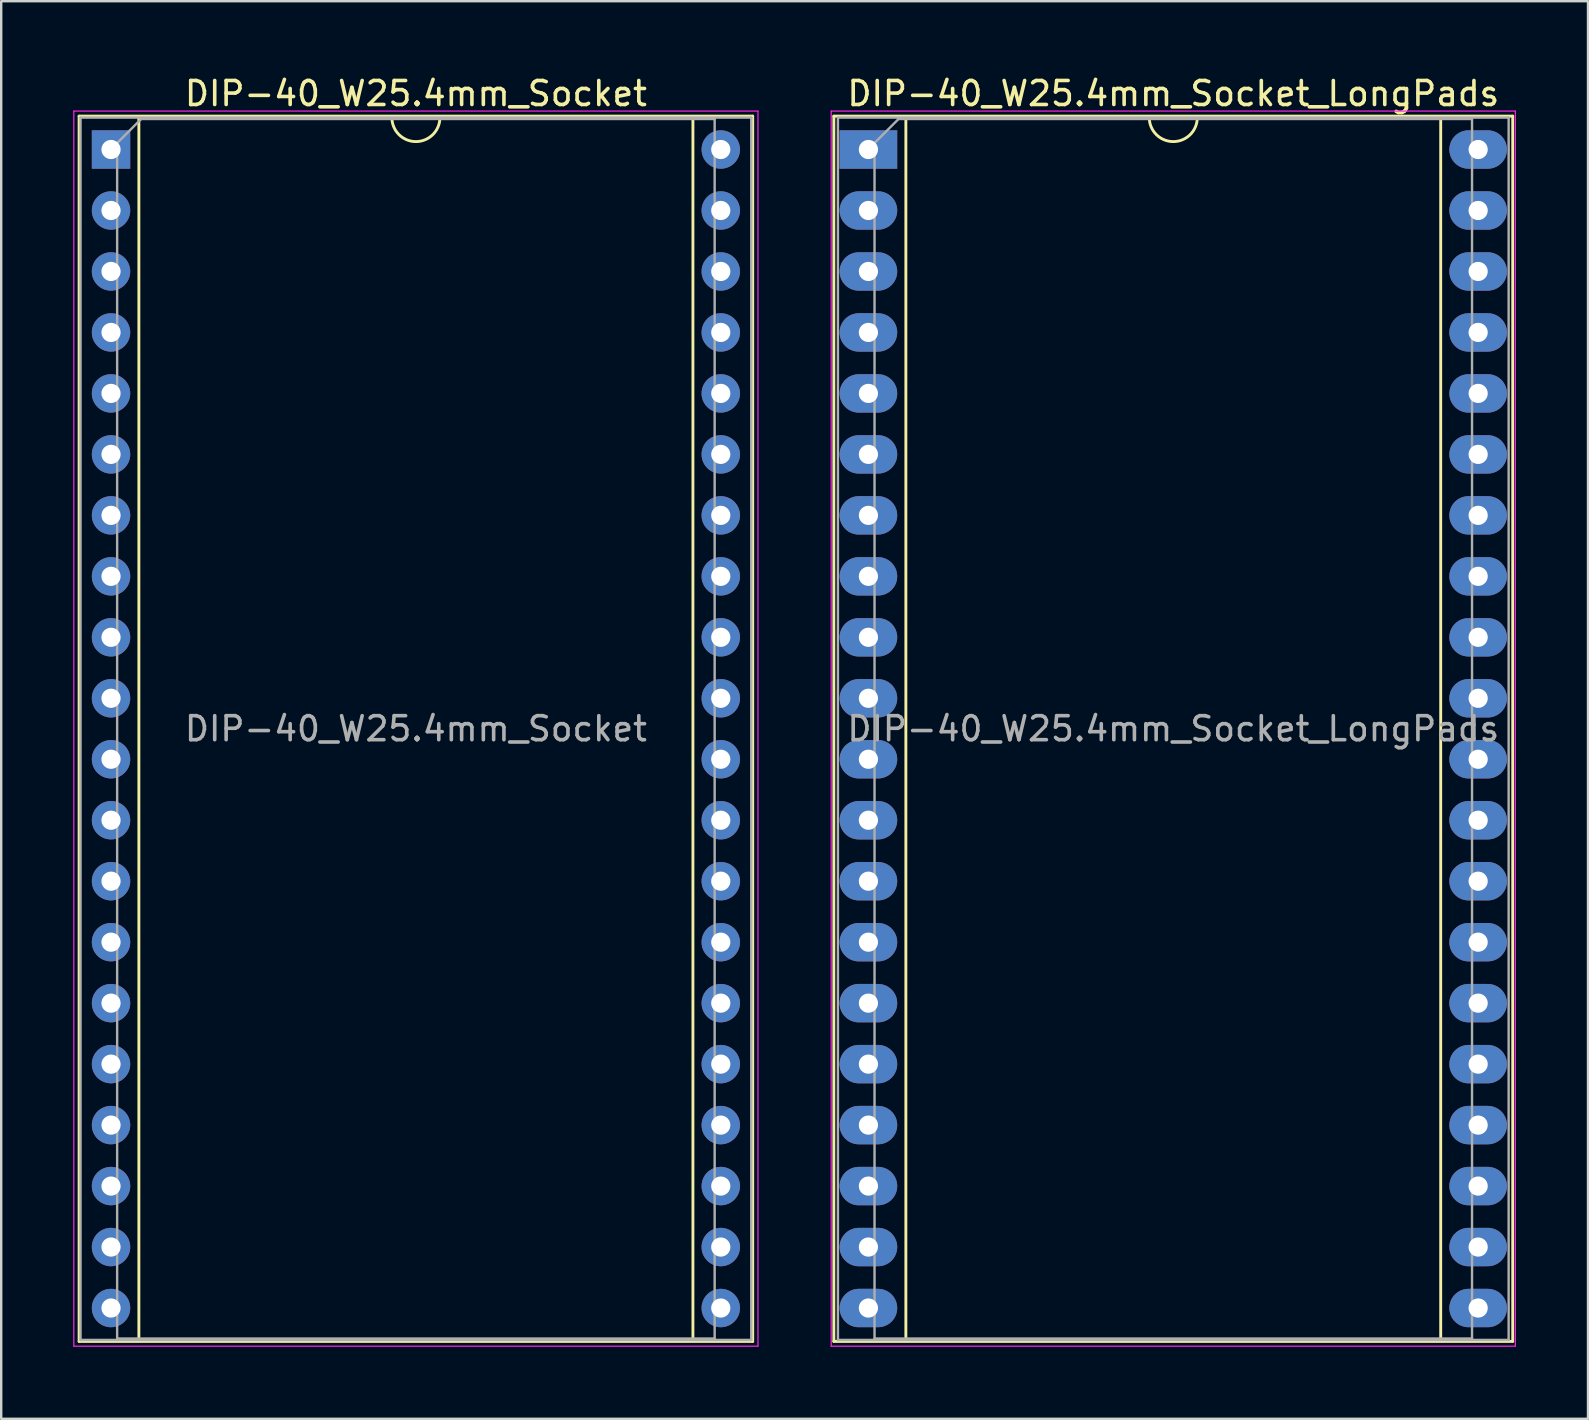
<source format=kicad_pcb>
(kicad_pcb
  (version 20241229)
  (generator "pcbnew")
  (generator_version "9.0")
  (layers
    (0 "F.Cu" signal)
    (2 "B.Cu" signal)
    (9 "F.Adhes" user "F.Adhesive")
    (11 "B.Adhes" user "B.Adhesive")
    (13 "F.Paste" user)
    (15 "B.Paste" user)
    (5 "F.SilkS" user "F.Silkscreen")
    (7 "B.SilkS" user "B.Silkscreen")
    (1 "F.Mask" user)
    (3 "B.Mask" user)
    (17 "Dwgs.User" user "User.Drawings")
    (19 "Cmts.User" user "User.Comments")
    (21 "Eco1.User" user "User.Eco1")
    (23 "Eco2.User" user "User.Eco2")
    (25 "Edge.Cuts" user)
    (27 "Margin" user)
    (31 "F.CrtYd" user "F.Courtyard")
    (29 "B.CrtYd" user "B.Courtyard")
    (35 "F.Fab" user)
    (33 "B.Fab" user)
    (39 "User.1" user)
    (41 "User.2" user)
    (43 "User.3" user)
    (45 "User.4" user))
  (footprint "DIP-40_W25.4mm_Socket_LongPads"
    (layer "F.Cu")
    (at 33.125 3.178)
    (property "Reference" "DIP-40_W25.4mm_Socket_LongPads" (at 12.7 -2.33 0) (layer "F.SilkS") (effects (font (size 1 1) (thickness 0.15))))
    (attr through_hole)
    (fp_line (start -1.44 -1.39) (end -1.44 49.65) (stroke (width 0.12) (type solid)) (layer "F.SilkS"))
    (fp_line (start -1.44 49.65) (end 26.84 49.65) (stroke (width 0.12) (type solid)) (layer "F.SilkS"))
    (fp_line (start 1.56 -1.33) (end 1.56 49.59) (stroke (width 0.12) (type solid)) (layer "F.SilkS"))
    (fp_line (start 1.56 49.59) (end 23.84 49.59) (stroke (width 0.12) (type solid)) (layer "F.SilkS"))
    (fp_line (start 11.7 -1.33) (end 1.56 -1.33) (stroke (width 0.12) (type solid)) (layer "F.SilkS"))
    (fp_line (start 23.84 -1.33) (end 13.7 -1.33) (stroke (width 0.12) (type solid)) (layer "F.SilkS"))
    (fp_line (start 23.84 49.59) (end 23.84 -1.33) (stroke (width 0.12) (type solid)) (layer "F.SilkS"))
    (fp_line (start 26.84 -1.39) (end -1.44 -1.39) (stroke (width 0.12) (type solid)) (layer "F.SilkS"))
    (fp_line (start 26.84 49.65) (end 26.84 -1.39) (stroke (width 0.12) (type solid)) (layer "F.SilkS"))
    (fp_arc (start 13.7 -1.33) (mid 12.7 -0.33) (end 11.7 -1.33) (stroke (width 0.12) (type solid)) (layer "F.SilkS"))
    (fp_line (start -1.55 -1.6) (end -1.55 49.85) (stroke (width 0.05) (type solid)) (layer "F.CrtYd"))
    (fp_line (start -1.55 49.85) (end 26.95 49.85) (stroke (width 0.05) (type solid)) (layer "F.CrtYd"))
    (fp_line (start 26.95 -1.6) (end -1.55 -1.6) (stroke (width 0.05) (type solid)) (layer "F.CrtYd"))
    (fp_line (start 26.95 49.85) (end 26.95 -1.6) (stroke (width 0.05) (type solid)) (layer "F.CrtYd"))
    (fp_line (start -1.27 -1.33) (end -1.27 49.59) (stroke (width 0.1) (type solid)) (layer "F.Fab"))
    (fp_line (start -1.27 49.59) (end 26.67 49.59) (stroke (width 0.1) (type solid)) (layer "F.Fab"))
    (fp_line (start 0.255 -0.27) (end 1.255 -1.27) (stroke (width 0.1) (type solid)) (layer "F.Fab"))
    (fp_line (start 0.255 49.53) (end 0.255 -0.27) (stroke (width 0.1) (type solid)) (layer "F.Fab"))
    (fp_line (start 1.255 -1.27) (end 25.145 -1.27) (stroke (width 0.1) (type solid)) (layer "F.Fab"))
    (fp_line (start 25.145 -1.27) (end 25.145 49.53) (stroke (width 0.1) (type solid)) (layer "F.Fab"))
    (fp_line (start 25.145 49.53) (end 0.255 49.53) (stroke (width 0.1) (type solid)) (layer "F.Fab"))
    (fp_line (start 26.67 -1.33) (end -1.27 -1.33) (stroke (width 0.1) (type solid)) (layer "F.Fab"))
    (fp_line (start 26.67 49.59) (end 26.67 -1.33) (stroke (width 0.1) (type solid)) (layer "F.Fab"))
    (fp_text user "${REFERENCE}" (at 12.7 24.13 0) (layer "F.Fab") (effects (font (size 1 1) (thickness 0.15))))
    (pad "1" thru_hole rect (at 0 0) (size 2.4 1.6) (drill 0.8) (layers "*.Cu" "*.Mask"))
    (pad "2" thru_hole oval (at 0 2.54) (size 2.4 1.6) (drill 0.8) (layers "*.Cu" "*.Mask"))
    (pad "3" thru_hole oval (at 0 5.08) (size 2.4 1.6) (drill 0.8) (layers "*.Cu" "*.Mask"))
    (pad "4" thru_hole oval (at 0 7.62) (size 2.4 1.6) (drill 0.8) (layers "*.Cu" "*.Mask"))
    (pad "5" thru_hole oval (at 0 10.16) (size 2.4 1.6) (drill 0.8) (layers "*.Cu" "*.Mask"))
    (pad "6" thru_hole oval (at 0 12.7) (size 2.4 1.6) (drill 0.8) (layers "*.Cu" "*.Mask"))
    (pad "7" thru_hole oval (at 0 15.24) (size 2.4 1.6) (drill 0.8) (layers "*.Cu" "*.Mask"))
    (pad "8" thru_hole oval (at 0 17.78) (size 2.4 1.6) (drill 0.8) (layers "*.Cu" "*.Mask"))
    (pad "9" thru_hole oval (at 0 20.32) (size 2.4 1.6) (drill 0.8) (layers "*.Cu" "*.Mask"))
    (pad "10" thru_hole oval (at 0 22.86) (size 2.4 1.6) (drill 0.8) (layers "*.Cu" "*.Mask"))
    (pad "11" thru_hole oval (at 0 25.4) (size 2.4 1.6) (drill 0.8) (layers "*.Cu" "*.Mask"))
    (pad "12" thru_hole oval (at 0 27.94) (size 2.4 1.6) (drill 0.8) (layers "*.Cu" "*.Mask"))
    (pad "13" thru_hole oval (at 0 30.48) (size 2.4 1.6) (drill 0.8) (layers "*.Cu" "*.Mask"))
    (pad "14" thru_hole oval (at 0 33.02) (size 2.4 1.6) (drill 0.8) (layers "*.Cu" "*.Mask"))
    (pad "15" thru_hole oval (at 0 35.56) (size 2.4 1.6) (drill 0.8) (layers "*.Cu" "*.Mask"))
    (pad "16" thru_hole oval (at 0 38.1) (size 2.4 1.6) (drill 0.8) (layers "*.Cu" "*.Mask"))
    (pad "17" thru_hole oval (at 0 40.64) (size 2.4 1.6) (drill 0.8) (layers "*.Cu" "*.Mask"))
    (pad "18" thru_hole oval (at 0 43.18) (size 2.4 1.6) (drill 0.8) (layers "*.Cu" "*.Mask"))
    (pad "19" thru_hole oval (at 0 45.72) (size 2.4 1.6) (drill 0.8) (layers "*.Cu" "*.Mask"))
    (pad "20" thru_hole oval (at 0 48.26) (size 2.4 1.6) (drill 0.8) (layers "*.Cu" "*.Mask"))
    (pad "21" thru_hole oval (at 25.4 48.26) (size 2.4 1.6) (drill 0.8) (layers "*.Cu" "*.Mask"))
    (pad "22" thru_hole oval (at 25.4 45.72) (size 2.4 1.6) (drill 0.8) (layers "*.Cu" "*.Mask"))
    (pad "23" thru_hole oval (at 25.4 43.18) (size 2.4 1.6) (drill 0.8) (layers "*.Cu" "*.Mask"))
    (pad "24" thru_hole oval (at 25.4 40.64) (size 2.4 1.6) (drill 0.8) (layers "*.Cu" "*.Mask"))
    (pad "25" thru_hole oval (at 25.4 38.1) (size 2.4 1.6) (drill 0.8) (layers "*.Cu" "*.Mask"))
    (pad "26" thru_hole oval (at 25.4 35.56) (size 2.4 1.6) (drill 0.8) (layers "*.Cu" "*.Mask"))
    (pad "27" thru_hole oval (at 25.4 33.02) (size 2.4 1.6) (drill 0.8) (layers "*.Cu" "*.Mask"))
    (pad "28" thru_hole oval (at 25.4 30.48) (size 2.4 1.6) (drill 0.8) (layers "*.Cu" "*.Mask"))
    (pad "29" thru_hole oval (at 25.4 27.94) (size 2.4 1.6) (drill 0.8) (layers "*.Cu" "*.Mask"))
    (pad "30" thru_hole oval (at 25.4 25.4) (size 2.4 1.6) (drill 0.8) (layers "*.Cu" "*.Mask"))
    (pad "31" thru_hole oval (at 25.4 22.86) (size 2.4 1.6) (drill 0.8) (layers "*.Cu" "*.Mask"))
    (pad "32" thru_hole oval (at 25.4 20.32) (size 2.4 1.6) (drill 0.8) (layers "*.Cu" "*.Mask"))
    (pad "33" thru_hole oval (at 25.4 17.78) (size 2.4 1.6) (drill 0.8) (layers "*.Cu" "*.Mask"))
    (pad "34" thru_hole oval (at 25.4 15.24) (size 2.4 1.6) (drill 0.8) (layers "*.Cu" "*.Mask"))
    (pad "35" thru_hole oval (at 25.4 12.7) (size 2.4 1.6) (drill 0.8) (layers "*.Cu" "*.Mask"))
    (pad "36" thru_hole oval (at 25.4 10.16) (size 2.4 1.6) (drill 0.8) (layers "*.Cu" "*.Mask"))
    (pad "37" thru_hole oval (at 25.4 7.62) (size 2.4 1.6) (drill 0.8) (layers "*.Cu" "*.Mask"))
    (pad "38" thru_hole oval (at 25.4 5.08) (size 2.4 1.6) (drill 0.8) (layers "*.Cu" "*.Mask"))
    (pad "39" thru_hole oval (at 25.4 2.54) (size 2.4 1.6) (drill 0.8) (layers "*.Cu" "*.Mask"))
    (pad "40" thru_hole oval (at 25.4 0) (size 2.4 1.6) (drill 0.8) (layers "*.Cu" "*.Mask")))
  (footprint "DIP-40_W25.4mm_Socket"
    (layer "F.Cu")
    (at 1.575 3.178)
    (property "Reference" "DIP-40_W25.4mm_Socket" (at 12.7 -2.33 0) (layer "F.SilkS") (effects (font (size 1 1) (thickness 0.15))))
    (attr through_hole)
    (fp_line (start -1.33 -1.39) (end -1.33 49.65) (stroke (width 0.12) (type solid)) (layer "F.SilkS"))
    (fp_line (start -1.33 49.65) (end 26.73 49.65) (stroke (width 0.12) (type solid)) (layer "F.SilkS"))
    (fp_line (start 1.16 -1.33) (end 1.16 49.59) (stroke (width 0.12) (type solid)) (layer "F.SilkS"))
    (fp_line (start 1.16 49.59) (end 24.24 49.59) (stroke (width 0.12) (type solid)) (layer "F.SilkS"))
    (fp_line (start 11.7 -1.33) (end 1.16 -1.33) (stroke (width 0.12) (type solid)) (layer "F.SilkS"))
    (fp_line (start 24.24 -1.33) (end 13.7 -1.33) (stroke (width 0.12) (type solid)) (layer "F.SilkS"))
    (fp_line (start 24.24 49.59) (end 24.24 -1.33) (stroke (width 0.12) (type solid)) (layer "F.SilkS"))
    (fp_line (start 26.73 -1.39) (end -1.33 -1.39) (stroke (width 0.12) (type solid)) (layer "F.SilkS"))
    (fp_line (start 26.73 49.65) (end 26.73 -1.39) (stroke (width 0.12) (type solid)) (layer "F.SilkS"))
    (fp_arc (start 13.7 -1.33) (mid 12.7 -0.33) (end 11.7 -1.33) (stroke (width 0.12) (type solid)) (layer "F.SilkS"))
    (fp_line (start -1.55 -1.6) (end -1.55 49.85) (stroke (width 0.05) (type solid)) (layer "F.CrtYd"))
    (fp_line (start -1.55 49.85) (end 26.95 49.85) (stroke (width 0.05) (type solid)) (layer "F.CrtYd"))
    (fp_line (start 26.95 -1.6) (end -1.55 -1.6) (stroke (width 0.05) (type solid)) (layer "F.CrtYd"))
    (fp_line (start 26.95 49.85) (end 26.95 -1.6) (stroke (width 0.05) (type solid)) (layer "F.CrtYd"))
    (fp_line (start -1.27 -1.33) (end -1.27 49.59) (stroke (width 0.1) (type solid)) (layer "F.Fab"))
    (fp_line (start -1.27 49.59) (end 26.67 49.59) (stroke (width 0.1) (type solid)) (layer "F.Fab"))
    (fp_line (start 0.255 -0.27) (end 1.255 -1.27) (stroke (width 0.1) (type solid)) (layer "F.Fab"))
    (fp_line (start 0.255 49.53) (end 0.255 -0.27) (stroke (width 0.1) (type solid)) (layer "F.Fab"))
    (fp_line (start 1.255 -1.27) (end 25.145 -1.27) (stroke (width 0.1) (type solid)) (layer "F.Fab"))
    (fp_line (start 25.145 -1.27) (end 25.145 49.53) (stroke (width 0.1) (type solid)) (layer "F.Fab"))
    (fp_line (start 25.145 49.53) (end 0.255 49.53) (stroke (width 0.1) (type solid)) (layer "F.Fab"))
    (fp_line (start 26.67 -1.33) (end -1.27 -1.33) (stroke (width 0.1) (type solid)) (layer "F.Fab"))
    (fp_line (start 26.67 49.59) (end 26.67 -1.33) (stroke (width 0.1) (type solid)) (layer "F.Fab"))
    (fp_text user "${REFERENCE}" (at 12.7 24.13 0) (layer "F.Fab") (effects (font (size 1 1) (thickness 0.15))))
    (pad "1" thru_hole rect (at 0 0) (size 1.6 1.6) (drill 0.8) (layers "*.Cu" "*.Mask"))
    (pad "2" thru_hole oval (at 0 2.54) (size 1.6 1.6) (drill 0.8) (layers "*.Cu" "*.Mask"))
    (pad "3" thru_hole oval (at 0 5.08) (size 1.6 1.6) (drill 0.8) (layers "*.Cu" "*.Mask"))
    (pad "4" thru_hole oval (at 0 7.62) (size 1.6 1.6) (drill 0.8) (layers "*.Cu" "*.Mask"))
    (pad "5" thru_hole oval (at 0 10.16) (size 1.6 1.6) (drill 0.8) (layers "*.Cu" "*.Mask"))
    (pad "6" thru_hole oval (at 0 12.7) (size 1.6 1.6) (drill 0.8) (layers "*.Cu" "*.Mask"))
    (pad "7" thru_hole oval (at 0 15.24) (size 1.6 1.6) (drill 0.8) (layers "*.Cu" "*.Mask"))
    (pad "8" thru_hole oval (at 0 17.78) (size 1.6 1.6) (drill 0.8) (layers "*.Cu" "*.Mask"))
    (pad "9" thru_hole oval (at 0 20.32) (size 1.6 1.6) (drill 0.8) (layers "*.Cu" "*.Mask"))
    (pad "10" thru_hole oval (at 0 22.86) (size 1.6 1.6) (drill 0.8) (layers "*.Cu" "*.Mask"))
    (pad "11" thru_hole oval (at 0 25.4) (size 1.6 1.6) (drill 0.8) (layers "*.Cu" "*.Mask"))
    (pad "12" thru_hole oval (at 0 27.94) (size 1.6 1.6) (drill 0.8) (layers "*.Cu" "*.Mask"))
    (pad "13" thru_hole oval (at 0 30.48) (size 1.6 1.6) (drill 0.8) (layers "*.Cu" "*.Mask"))
    (pad "14" thru_hole oval (at 0 33.02) (size 1.6 1.6) (drill 0.8) (layers "*.Cu" "*.Mask"))
    (pad "15" thru_hole oval (at 0 35.56) (size 1.6 1.6) (drill 0.8) (layers "*.Cu" "*.Mask"))
    (pad "16" thru_hole oval (at 0 38.1) (size 1.6 1.6) (drill 0.8) (layers "*.Cu" "*.Mask"))
    (pad "17" thru_hole oval (at 0 40.64) (size 1.6 1.6) (drill 0.8) (layers "*.Cu" "*.Mask"))
    (pad "18" thru_hole oval (at 0 43.18) (size 1.6 1.6) (drill 0.8) (layers "*.Cu" "*.Mask"))
    (pad "19" thru_hole oval (at 0 45.72) (size 1.6 1.6) (drill 0.8) (layers "*.Cu" "*.Mask"))
    (pad "20" thru_hole oval (at 0 48.26) (size 1.6 1.6) (drill 0.8) (layers "*.Cu" "*.Mask"))
    (pad "21" thru_hole oval (at 25.4 48.26) (size 1.6 1.6) (drill 0.8) (layers "*.Cu" "*.Mask"))
    (pad "22" thru_hole oval (at 25.4 45.72) (size 1.6 1.6) (drill 0.8) (layers "*.Cu" "*.Mask"))
    (pad "23" thru_hole oval (at 25.4 43.18) (size 1.6 1.6) (drill 0.8) (layers "*.Cu" "*.Mask"))
    (pad "24" thru_hole oval (at 25.4 40.64) (size 1.6 1.6) (drill 0.8) (layers "*.Cu" "*.Mask"))
    (pad "25" thru_hole oval (at 25.4 38.1) (size 1.6 1.6) (drill 0.8) (layers "*.Cu" "*.Mask"))
    (pad "26" thru_hole oval (at 25.4 35.56) (size 1.6 1.6) (drill 0.8) (layers "*.Cu" "*.Mask"))
    (pad "27" thru_hole oval (at 25.4 33.02) (size 1.6 1.6) (drill 0.8) (layers "*.Cu" "*.Mask"))
    (pad "28" thru_hole oval (at 25.4 30.48) (size 1.6 1.6) (drill 0.8) (layers "*.Cu" "*.Mask"))
    (pad "29" thru_hole oval (at 25.4 27.94) (size 1.6 1.6) (drill 0.8) (layers "*.Cu" "*.Mask"))
    (pad "30" thru_hole oval (at 25.4 25.4) (size 1.6 1.6) (drill 0.8) (layers "*.Cu" "*.Mask"))
    (pad "31" thru_hole oval (at 25.4 22.86) (size 1.6 1.6) (drill 0.8) (layers "*.Cu" "*.Mask"))
    (pad "32" thru_hole oval (at 25.4 20.32) (size 1.6 1.6) (drill 0.8) (layers "*.Cu" "*.Mask"))
    (pad "33" thru_hole oval (at 25.4 17.78) (size 1.6 1.6) (drill 0.8) (layers "*.Cu" "*.Mask"))
    (pad "34" thru_hole oval (at 25.4 15.24) (size 1.6 1.6) (drill 0.8) (layers "*.Cu" "*.Mask"))
    (pad "35" thru_hole oval (at 25.4 12.7) (size 1.6 1.6) (drill 0.8) (layers "*.Cu" "*.Mask"))
    (pad "36" thru_hole oval (at 25.4 10.16) (size 1.6 1.6) (drill 0.8) (layers "*.Cu" "*.Mask"))
    (pad "37" thru_hole oval (at 25.4 7.62) (size 1.6 1.6) (drill 0.8) (layers "*.Cu" "*.Mask"))
    (pad "38" thru_hole oval (at 25.4 5.08) (size 1.6 1.6) (drill 0.8) (layers "*.Cu" "*.Mask"))
    (pad "39" thru_hole oval (at 25.4 2.54) (size 1.6 1.6) (drill 0.8) (layers "*.Cu" "*.Mask"))
    (pad "40" thru_hole oval (at 25.4 0) (size 1.6 1.6) (drill 0.8) (layers "*.Cu" "*.Mask")))
  (gr_rect
    (start -3 -3)
    (end 63.1 56.053)
    (stroke (width 0.1) (type default))
    (fill no)
    (layer "Edge.Cuts")))
</source>
